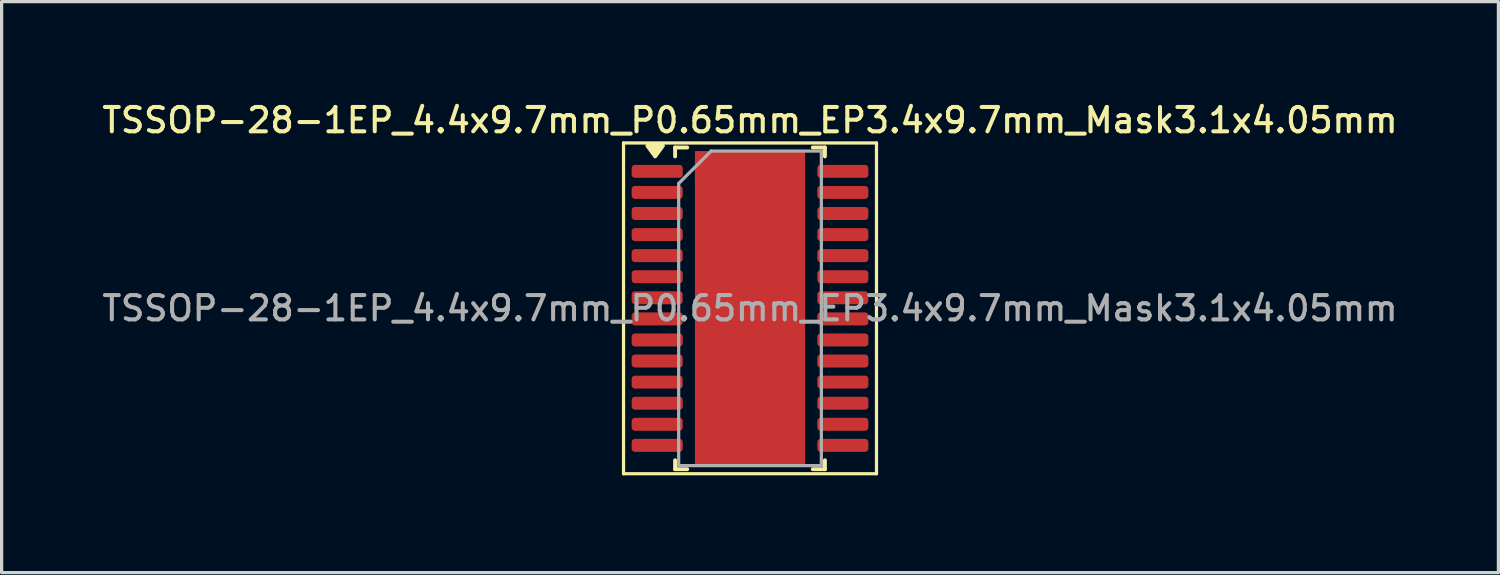
<source format=kicad_pcb>
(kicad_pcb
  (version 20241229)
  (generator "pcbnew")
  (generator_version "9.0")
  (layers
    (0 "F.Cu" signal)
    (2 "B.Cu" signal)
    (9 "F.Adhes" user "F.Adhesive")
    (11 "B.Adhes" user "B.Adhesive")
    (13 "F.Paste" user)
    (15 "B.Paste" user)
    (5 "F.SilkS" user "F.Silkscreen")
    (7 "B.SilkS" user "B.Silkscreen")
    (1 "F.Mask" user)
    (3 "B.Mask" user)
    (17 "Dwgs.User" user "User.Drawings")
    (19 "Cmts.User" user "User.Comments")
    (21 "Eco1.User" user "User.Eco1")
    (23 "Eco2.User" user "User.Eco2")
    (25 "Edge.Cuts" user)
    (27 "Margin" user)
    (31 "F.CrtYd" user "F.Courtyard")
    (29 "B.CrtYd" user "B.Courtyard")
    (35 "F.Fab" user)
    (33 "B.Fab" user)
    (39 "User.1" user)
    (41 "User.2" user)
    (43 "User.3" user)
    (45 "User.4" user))
  (footprint "TSSOP-28-1EP_4.4x9.7mm_P0.65mm_EP3.4x9.7mm_Mask3.1x4.05mm"
    (layer "F.Cu")
    (at 20.077 6.458)
    (property "Reference" "TSSOP-28-1EP_4.4x9.7mm_P0.65mm_EP3.4x9.7mm_Mask3.1x4.05mm" (at 0 -5.8 0) (layer "F.SilkS") (effects (font (size 0.75 0.75) (thickness 0.125))))
    (attr smd)
    (fp_line (start -3.9 -5.1) (end -3.9 5.1) (stroke (width 0.1) (type solid)) (layer "F.SilkS"))
    (fp_line (start -3.9 5.1) (end 3.9 5.1) (stroke (width 0.1) (type solid)) (layer "F.SilkS"))
    (fp_line (start -2.31 -4.96) (end -2.31 -4.685) (stroke (width 0.12) (type solid)) (layer "F.SilkS"))
    (fp_line (start -2.31 4.96) (end -2.31 4.685) (stroke (width 0.12) (type solid)) (layer "F.SilkS"))
    (fp_line (start -1.936 -4.96) (end -2.31 -4.96) (stroke (width 0.12) (type solid)) (layer "F.SilkS"))
    (fp_line (start -1.936 4.96) (end -2.31 4.96) (stroke (width 0.12) (type solid)) (layer "F.SilkS"))
    (fp_line (start 1.936 -4.96) (end 2.31 -4.96) (stroke (width 0.12) (type solid)) (layer "F.SilkS"))
    (fp_line (start 1.936 4.96) (end 2.31 4.96) (stroke (width 0.12) (type solid)) (layer "F.SilkS"))
    (fp_line (start 2.31 -4.96) (end 2.31 -4.685) (stroke (width 0.12) (type solid)) (layer "F.SilkS"))
    (fp_line (start 2.31 4.96) (end 2.31 4.685) (stroke (width 0.12) (type solid)) (layer "F.SilkS"))
    (fp_line (start 3.9 -5.1) (end -3.9 -5.1) (stroke (width 0.1) (type solid)) (layer "F.SilkS"))
    (fp_line (start 3.9 5.1) (end 3.9 -5.1) (stroke (width 0.1) (type solid)) (layer "F.SilkS"))
    (fp_poly (pts (xy -2.925 -4.685) (xy -3.165 -5.015) (xy -2.685 -5.015) (xy -2.925 -4.685)) (stroke (width 0.12) (type solid)) (fill yes) (layer "F.SilkS"))
    (fp_line (start -2.2 -3.85) (end -1.2 -4.85) (stroke (width 0.1) (type solid)) (layer "F.Fab"))
    (fp_line (start -2.2 4.85) (end -2.2 -3.85) (stroke (width 0.1) (type solid)) (layer "F.Fab"))
    (fp_line (start -1.2 -4.85) (end 2.2 -4.85) (stroke (width 0.1) (type solid)) (layer "F.Fab"))
    (fp_line (start 2.2 -4.85) (end 2.2 4.85) (stroke (width 0.1) (type solid)) (layer "F.Fab"))
    (fp_line (start 2.2 4.85) (end -2.2 4.85) (stroke (width 0.1) (type solid)) (layer "F.Fab"))
    (fp_text user "${REFERENCE}" (at 0 0 0) (layer "F.Fab") (effects (font (size 0.75 0.75) (thickness 0.125))))
    (pad "" smd roundrect (at -0.775 -1.01) (size 1.25 1.63) (layers "F.Paste") (roundrect_rratio 0.2))
    (pad "" smd roundrect (at -0.775 1.01) (size 1.25 1.63) (layers "F.Paste") (roundrect_rratio 0.2))
    (pad "" smd rect (at 0 0) (size 3.1 4.05) (layers "F.Mask"))
    (pad "" smd roundrect (at 0.775 -1.01) (size 1.25 1.63) (layers "F.Paste") (roundrect_rratio 0.2))
    (pad "" smd roundrect (at 0.775 1.01) (size 1.25 1.63) (layers "F.Paste") (roundrect_rratio 0.2))
    (pad "1" smd roundrect (at -2.862 -4.225) (size 1.575 0.4) (layers "F.Cu" "F.Mask" "F.Paste") (roundrect_rratio 0.25))
    (pad "2" smd roundrect (at -2.862 -3.575) (size 1.575 0.4) (layers "F.Cu" "F.Mask" "F.Paste") (roundrect_rratio 0.25))
    (pad "3" smd roundrect (at -2.862 -2.925) (size 1.575 0.4) (layers "F.Cu" "F.Mask" "F.Paste") (roundrect_rratio 0.25))
    (pad "4" smd roundrect (at -2.862 -2.275) (size 1.575 0.4) (layers "F.Cu" "F.Mask" "F.Paste") (roundrect_rratio 0.25))
    (pad "5" smd roundrect (at -2.862 -1.625) (size 1.575 0.4) (layers "F.Cu" "F.Mask" "F.Paste") (roundrect_rratio 0.25))
    (pad "6" smd roundrect (at -2.862 -0.975) (size 1.575 0.4) (layers "F.Cu" "F.Mask" "F.Paste") (roundrect_rratio 0.25))
    (pad "7" smd roundrect (at -2.862 -0.325) (size 1.575 0.4) (layers "F.Cu" "F.Mask" "F.Paste") (roundrect_rratio 0.25))
    (pad "8" smd roundrect (at -2.862 0.325) (size 1.575 0.4) (layers "F.Cu" "F.Mask" "F.Paste") (roundrect_rratio 0.25))
    (pad "9" smd roundrect (at -2.862 0.975) (size 1.575 0.4) (layers "F.Cu" "F.Mask" "F.Paste") (roundrect_rratio 0.25))
    (pad "10" smd roundrect (at -2.862 1.625) (size 1.575 0.4) (layers "F.Cu" "F.Mask" "F.Paste") (roundrect_rratio 0.25))
    (pad "11" smd roundrect (at -2.862 2.275) (size 1.575 0.4) (layers "F.Cu" "F.Mask" "F.Paste") (roundrect_rratio 0.25))
    (pad "12" smd roundrect (at -2.862 2.925) (size 1.575 0.4) (layers "F.Cu" "F.Mask" "F.Paste") (roundrect_rratio 0.25))
    (pad "13" smd roundrect (at -2.862 3.575) (size 1.575 0.4) (layers "F.Cu" "F.Mask" "F.Paste") (roundrect_rratio 0.25))
    (pad "14" smd roundrect (at -2.862 4.225) (size 1.575 0.4) (layers "F.Cu" "F.Mask" "F.Paste") (roundrect_rratio 0.25))
    (pad "15" smd roundrect (at 2.862 4.225) (size 1.575 0.4) (layers "F.Cu" "F.Mask" "F.Paste") (roundrect_rratio 0.25))
    (pad "16" smd roundrect (at 2.862 3.575) (size 1.575 0.4) (layers "F.Cu" "F.Mask" "F.Paste") (roundrect_rratio 0.25))
    (pad "17" smd roundrect (at 2.862 2.925) (size 1.575 0.4) (layers "F.Cu" "F.Mask" "F.Paste") (roundrect_rratio 0.25))
    (pad "18" smd roundrect (at 2.862 2.275) (size 1.575 0.4) (layers "F.Cu" "F.Mask" "F.Paste") (roundrect_rratio 0.25))
    (pad "19" smd roundrect (at 2.862 1.625) (size 1.575 0.4) (layers "F.Cu" "F.Mask" "F.Paste") (roundrect_rratio 0.25))
    (pad "20" smd roundrect (at 2.862 0.975) (size 1.575 0.4) (layers "F.Cu" "F.Mask" "F.Paste") (roundrect_rratio 0.25))
    (pad "21" smd roundrect (at 2.862 0.325) (size 1.575 0.4) (layers "F.Cu" "F.Mask" "F.Paste") (roundrect_rratio 0.25))
    (pad "22" smd roundrect (at 2.862 -0.325) (size 1.575 0.4) (layers "F.Cu" "F.Mask" "F.Paste") (roundrect_rratio 0.25))
    (pad "23" smd roundrect (at 2.862 -0.975) (size 1.575 0.4) (layers "F.Cu" "F.Mask" "F.Paste") (roundrect_rratio 0.25))
    (pad "24" smd roundrect (at 2.862 -1.625) (size 1.575 0.4) (layers "F.Cu" "F.Mask" "F.Paste") (roundrect_rratio 0.25))
    (pad "25" smd roundrect (at 2.862 -2.275) (size 1.575 0.4) (layers "F.Cu" "F.Mask" "F.Paste") (roundrect_rratio 0.25))
    (pad "26" smd roundrect (at 2.862 -2.925) (size 1.575 0.4) (layers "F.Cu" "F.Mask" "F.Paste") (roundrect_rratio 0.25))
    (pad "27" smd roundrect (at 2.862 -3.575) (size 1.575 0.4) (layers "F.Cu" "F.Mask" "F.Paste") (roundrect_rratio 0.25))
    (pad "28" smd roundrect (at 2.862 -4.225) (size 1.575 0.4) (layers "F.Cu" "F.Mask" "F.Paste") (roundrect_rratio 0.25))
    (pad "29" smd rect (at 0 0) (size 3.4 9.7) (property pad_prop_heatsink) (layers "F.Cu")))
  (gr_rect
    (start -3 -3)
    (end 43.154 14.608)
    (stroke (width 0.1) (type default))
    (fill no)
    (layer "Edge.Cuts")))
</source>
